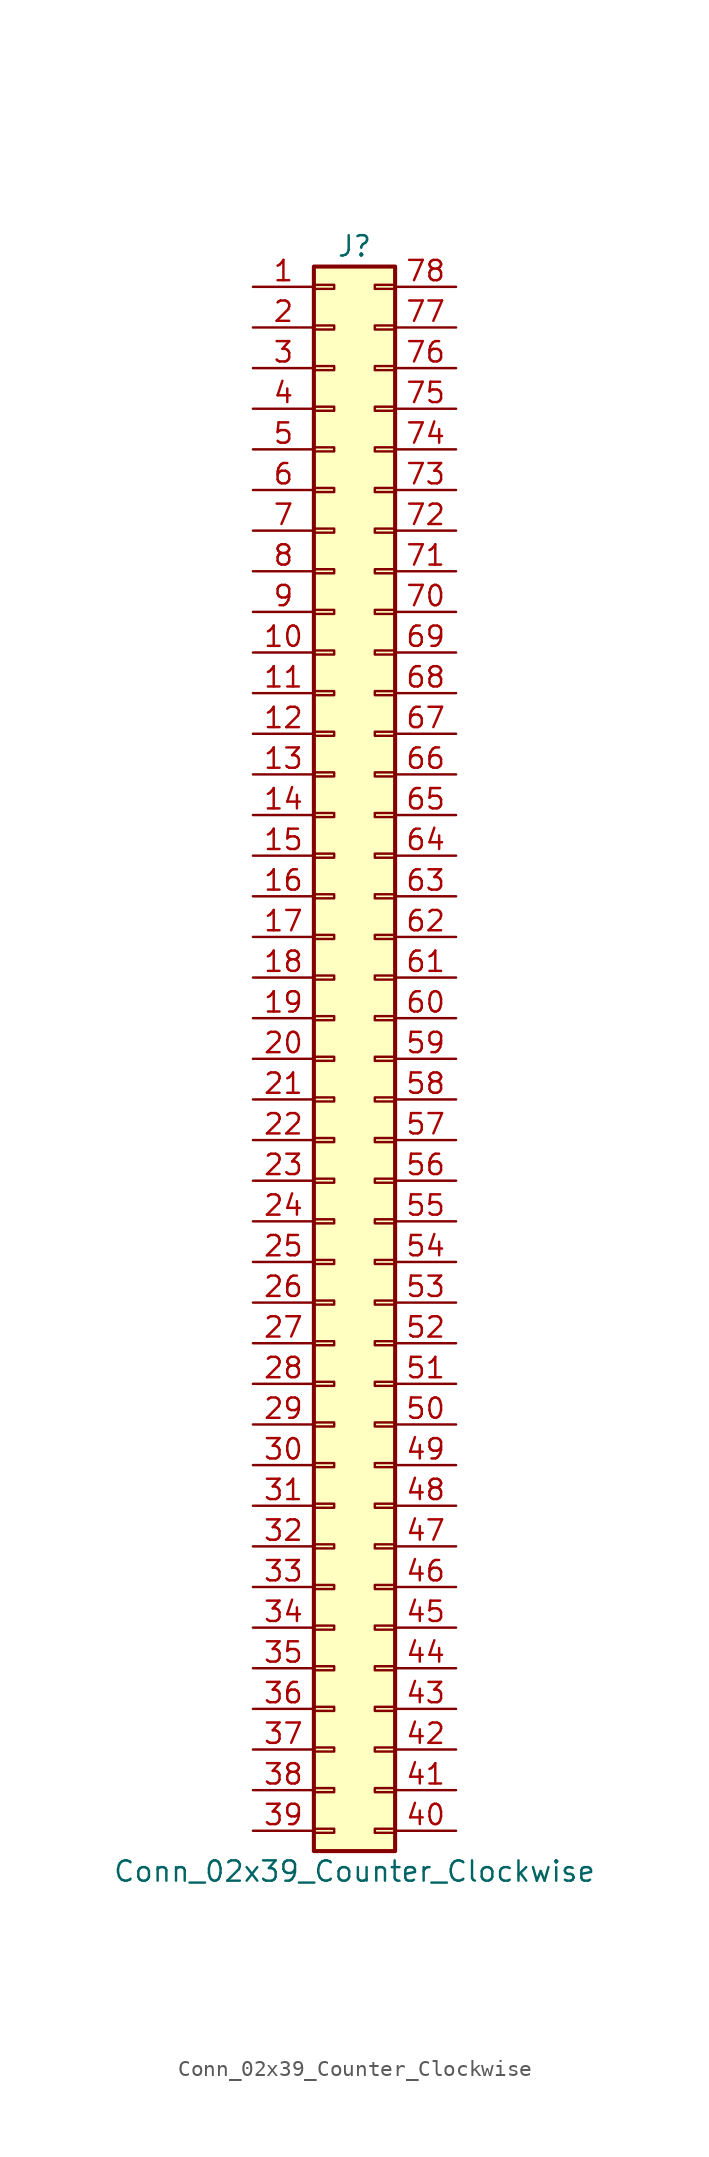
<source format=kicad_sym>
(kicad_symbol_lib
  (version 20201005)
  (generator kicad_symbol_editor)
  (symbol "Connector_Generic:Conn_02x39_Counter_Clockwise"
    (pin_names
      (offset 1.016) hide)
    (property "Reference" "J"
      (at 1.27 50.8 0)
      (effects (font (size 1.27 1.27))))
    (property "Value" "Conn_02x39_Counter_Clockwise"
      (at 1.27 -50.8 0)
      (effects (font (size 1.27 1.27))))
    (symbol "Conn_02x39_Counter_Clockwise_1_1"
      (rectangle (start -1.27 -27.813) (end 0 -28.067) (stroke (width 0.152)) (fill (type none)))
      (rectangle (start -1.27 -30.353) (end 0 -30.607) (stroke (width 0.152)) (fill (type none)))
      (rectangle (start -1.27 -32.893) (end 0 -33.147) (stroke (width 0.152)) (fill (type none)))
      (rectangle (start -1.27 -35.433) (end 0 -35.687) (stroke (width 0.152)) (fill (type none)))
      (rectangle (start -1.27 -37.973) (end 0 -38.227) (stroke (width 0.152)) (fill (type none)))
      (rectangle (start -1.27 -40.513) (end 0 -40.767) (stroke (width 0.152)) (fill (type none)))
      (rectangle (start -1.27 -43.053) (end 0 -43.307) (stroke (width 0.152)) (fill (type none)))
      (rectangle (start -1.27 -45.593) (end 0 -45.847) (stroke (width 0.152)) (fill (type none)))
      (rectangle (start -1.27 -48.133) (end 0 -48.387) (stroke (width 0.152)) (fill (type none)))
      (rectangle (start -1.27 -4.953) (end 0 -5.207) (stroke (width 0.152)) (fill (type none)))
      (rectangle (start -1.27 -7.493) (end 0 -7.747) (stroke (width 0.152)) (fill (type none)))
      (rectangle (start -1.27 -10.033) (end 0 -10.287) (stroke (width 0.152)) (fill (type none)))
      (rectangle (start -1.27 -12.573) (end 0 -12.827) (stroke (width 0.152)) (fill (type none)))
      (rectangle (start -1.27 -15.113) (end 0 -15.367) (stroke (width 0.152)) (fill (type none)))
      (rectangle (start -1.27 -17.653) (end 0 -17.907) (stroke (width 0.152)) (fill (type none)))
      (rectangle (start -1.27 -20.193) (end 0 -20.447) (stroke (width 0.152)) (fill (type none)))
      (rectangle (start -1.27 -22.733) (end 0 -22.987) (stroke (width 0.152)) (fill (type none)))
      (rectangle (start -1.27 -2.413) (end 0 -2.667) (stroke (width 0.152)) (fill (type none)))
      (rectangle (start -1.27 -25.273) (end 0 -25.527) (stroke (width 0.152)) (fill (type none)))
      (rectangle (start -1.27 25.527) (end 0 25.273) (stroke (width 0.152)) (fill (type none)))
      (rectangle (start -1.27 2.667) (end 0 2.413) (stroke (width 0.152)) (fill (type none)))
      (rectangle (start -1.27 28.067) (end 0 27.813) (stroke (width 0.152)) (fill (type none)))
      (rectangle (start -1.27 30.607) (end 0 30.353) (stroke (width 0.152)) (fill (type none)))
      (rectangle (start -1.27 33.147) (end 0 32.893) (stroke (width 0.152)) (fill (type none)))
      (rectangle (start -1.27 35.687) (end 0 35.433) (stroke (width 0.152)) (fill (type none)))
      (rectangle (start -1.27 38.227) (end 0 37.973) (stroke (width 0.152)) (fill (type none)))
      (rectangle (start -1.27 40.767) (end 0 40.513) (stroke (width 0.152)) (fill (type none)))
      (rectangle (start -1.27 43.307) (end 0 43.053) (stroke (width 0.152)) (fill (type none)))
      (rectangle (start -1.27 45.847) (end 0 45.593) (stroke (width 0.152)) (fill (type none)))
      (rectangle (start -1.27 48.387) (end 0 48.133) (stroke (width 0.152)) (fill (type none)))
      (rectangle (start -1.27 49.53) (end 3.81 -49.53) (stroke (width 0.254)) (fill (type background)))
      (rectangle (start -1.27 5.207) (end 0 4.953) (stroke (width 0.152)) (fill (type none)))
      (rectangle (start -1.27 7.747) (end 0 7.493) (stroke (width 0.152)) (fill (type none)))
      (rectangle (start -1.27 10.287) (end 0 10.033) (stroke (width 0.152)) (fill (type none)))
      (rectangle (start -1.27 0.127) (end 0 -0.127) (stroke (width 0.152)) (fill (type none)))
      (rectangle (start -1.27 12.827) (end 0 12.573) (stroke (width 0.152)) (fill (type none)))
      (rectangle (start -1.27 15.367) (end 0 15.113) (stroke (width 0.152)) (fill (type none)))
      (rectangle (start -1.27 17.907) (end 0 17.653) (stroke (width 0.152)) (fill (type none)))
      (rectangle (start -1.27 20.447) (end 0 20.193) (stroke (width 0.152)) (fill (type none)))
      (rectangle (start -1.27 22.987) (end 0 22.733) (stroke (width 0.152)) (fill (type none)))
      (rectangle (start 3.81 -27.813) (end 2.54 -28.067) (stroke (width 0.152)) (fill (type none)))
      (rectangle (start 3.81 -30.353) (end 2.54 -30.607) (stroke (width 0.152)) (fill (type none)))
      (rectangle (start 3.81 -32.893) (end 2.54 -33.147) (stroke (width 0.152)) (fill (type none)))
      (rectangle (start 3.81 -35.433) (end 2.54 -35.687) (stroke (width 0.152)) (fill (type none)))
      (rectangle (start 3.81 -37.973) (end 2.54 -38.227) (stroke (width 0.152)) (fill (type none)))
      (rectangle (start 3.81 -40.513) (end 2.54 -40.767) (stroke (width 0.152)) (fill (type none)))
      (rectangle (start 3.81 -43.053) (end 2.54 -43.307) (stroke (width 0.152)) (fill (type none)))
      (rectangle (start 3.81 -45.593) (end 2.54 -45.847) (stroke (width 0.152)) (fill (type none)))
      (rectangle (start 3.81 -48.133) (end 2.54 -48.387) (stroke (width 0.152)) (fill (type none)))
      (rectangle (start 3.81 -4.953) (end 2.54 -5.207) (stroke (width 0.152)) (fill (type none)))
      (rectangle (start 3.81 -7.493) (end 2.54 -7.747) (stroke (width 0.152)) (fill (type none)))
      (rectangle (start 3.81 -10.033) (end 2.54 -10.287) (stroke (width 0.152)) (fill (type none)))
      (rectangle (start 3.81 -12.573) (end 2.54 -12.827) (stroke (width 0.152)) (fill (type none)))
      (rectangle (start 3.81 -15.113) (end 2.54 -15.367) (stroke (width 0.152)) (fill (type none)))
      (rectangle (start 3.81 -17.653) (end 2.54 -17.907) (stroke (width 0.152)) (fill (type none)))
      (rectangle (start 3.81 -20.193) (end 2.54 -20.447) (stroke (width 0.152)) (fill (type none)))
      (rectangle (start 3.81 -22.733) (end 2.54 -22.987) (stroke (width 0.152)) (fill (type none)))
      (rectangle (start 3.81 -2.413) (end 2.54 -2.667) (stroke (width 0.152)) (fill (type none)))
      (rectangle (start 3.81 -25.273) (end 2.54 -25.527) (stroke (width 0.152)) (fill (type none)))
      (rectangle (start 3.81 25.527) (end 2.54 25.273) (stroke (width 0.152)) (fill (type none)))
      (rectangle (start 3.81 2.667) (end 2.54 2.413) (stroke (width 0.152)) (fill (type none)))
      (rectangle (start 3.81 28.067) (end 2.54 27.813) (stroke (width 0.152)) (fill (type none)))
      (rectangle (start 3.81 30.607) (end 2.54 30.353) (stroke (width 0.152)) (fill (type none)))
      (rectangle (start 3.81 33.147) (end 2.54 32.893) (stroke (width 0.152)) (fill (type none)))
      (rectangle (start 3.81 35.687) (end 2.54 35.433) (stroke (width 0.152)) (fill (type none)))
      (rectangle (start 3.81 38.227) (end 2.54 37.973) (stroke (width 0.152)) (fill (type none)))
      (rectangle (start 3.81 40.767) (end 2.54 40.513) (stroke (width 0.152)) (fill (type none)))
      (rectangle (start 3.81 43.307) (end 2.54 43.053) (stroke (width 0.152)) (fill (type none)))
      (rectangle (start 3.81 45.847) (end 2.54 45.593) (stroke (width 0.152)) (fill (type none)))
      (rectangle (start 3.81 48.387) (end 2.54 48.133) (stroke (width 0.152)) (fill (type none)))
      (rectangle (start 3.81 5.207) (end 2.54 4.953) (stroke (width 0.152)) (fill (type none)))
      (rectangle (start 3.81 7.747) (end 2.54 7.493) (stroke (width 0.152)) (fill (type none)))
      (rectangle (start 3.81 10.287) (end 2.54 10.033) (stroke (width 0.152)) (fill (type none)))
      (rectangle (start 3.81 0.127) (end 2.54 -0.127) (stroke (width 0.152)) (fill (type none)))
      (rectangle (start 3.81 12.827) (end 2.54 12.573) (stroke (width 0.152)) (fill (type none)))
      (rectangle (start 3.81 15.367) (end 2.54 15.113) (stroke (width 0.152)) (fill (type none)))
      (rectangle (start 3.81 17.907) (end 2.54 17.653) (stroke (width 0.152)) (fill (type none)))
      (rectangle (start 3.81 20.447) (end 2.54 20.193) (stroke (width 0.152)) (fill (type none)))
      (rectangle (start 3.81 22.987) (end 2.54 22.733) (stroke (width 0.152)) (fill (type none)))
      (pin passive line (at -5.08 48.26 0) (length 3.81) (name "Pin_1" (effects (font (size 1.27 1.27)))) (number "1" (effects (font (size 1.27 1.27)))))
      (pin passive line (at -5.08 25.4 0) (length 3.81) (name "Pin_10" (effects (font (size 1.27 1.27)))) (number "10" (effects (font (size 1.27 1.27)))))
      (pin passive line (at -5.08 22.86 0) (length 3.81) (name "Pin_11" (effects (font (size 1.27 1.27)))) (number "11" (effects (font (size 1.27 1.27)))))
      (pin passive line (at -5.08 20.32 0) (length 3.81) (name "Pin_12" (effects (font (size 1.27 1.27)))) (number "12" (effects (font (size 1.27 1.27)))))
      (pin passive line (at -5.08 17.78 0) (length 3.81) (name "Pin_13" (effects (font (size 1.27 1.27)))) (number "13" (effects (font (size 1.27 1.27)))))
      (pin passive line (at -5.08 15.24 0) (length 3.81) (name "Pin_14" (effects (font (size 1.27 1.27)))) (number "14" (effects (font (size 1.27 1.27)))))
      (pin passive line (at -5.08 12.7 0) (length 3.81) (name "Pin_15" (effects (font (size 1.27 1.27)))) (number "15" (effects (font (size 1.27 1.27)))))
      (pin passive line (at -5.08 10.16 0) (length 3.81) (name "Pin_16" (effects (font (size 1.27 1.27)))) (number "16" (effects (font (size 1.27 1.27)))))
      (pin passive line (at -5.08 7.62 0) (length 3.81) (name "Pin_17" (effects (font (size 1.27 1.27)))) (number "17" (effects (font (size 1.27 1.27)))))
      (pin passive line (at -5.08 5.08 0) (length 3.81) (name "Pin_18" (effects (font (size 1.27 1.27)))) (number "18" (effects (font (size 1.27 1.27)))))
      (pin passive line (at -5.08 2.54 0) (length 3.81) (name "Pin_19" (effects (font (size 1.27 1.27)))) (number "19" (effects (font (size 1.27 1.27)))))
      (pin passive line (at -5.08 45.72 0) (length 3.81) (name "Pin_2" (effects (font (size 1.27 1.27)))) (number "2" (effects (font (size 1.27 1.27)))))
      (pin passive line (at -5.08 0 0) (length 3.81) (name "Pin_20" (effects (font (size 1.27 1.27)))) (number "20" (effects (font (size 1.27 1.27)))))
      (pin passive line (at -5.08 -2.54 0) (length 3.81) (name "Pin_21" (effects (font (size 1.27 1.27)))) (number "21" (effects (font (size 1.27 1.27)))))
      (pin passive line (at -5.08 -5.08 0) (length 3.81) (name "Pin_22" (effects (font (size 1.27 1.27)))) (number "22" (effects (font (size 1.27 1.27)))))
      (pin passive line (at -5.08 -7.62 0) (length 3.81) (name "Pin_23" (effects (font (size 1.27 1.27)))) (number "23" (effects (font (size 1.27 1.27)))))
      (pin passive line (at -5.08 -10.16 0) (length 3.81) (name "Pin_24" (effects (font (size 1.27 1.27)))) (number "24" (effects (font (size 1.27 1.27)))))
      (pin passive line (at -5.08 -12.7 0) (length 3.81) (name "Pin_25" (effects (font (size 1.27 1.27)))) (number "25" (effects (font (size 1.27 1.27)))))
      (pin passive line (at -5.08 -15.24 0) (length 3.81) (name "Pin_26" (effects (font (size 1.27 1.27)))) (number "26" (effects (font (size 1.27 1.27)))))
      (pin passive line (at -5.08 -17.78 0) (length 3.81) (name "Pin_27" (effects (font (size 1.27 1.27)))) (number "27" (effects (font (size 1.27 1.27)))))
      (pin passive line (at -5.08 -20.32 0) (length 3.81) (name "Pin_28" (effects (font (size 1.27 1.27)))) (number "28" (effects (font (size 1.27 1.27)))))
      (pin passive line (at -5.08 -22.86 0) (length 3.81) (name "Pin_29" (effects (font (size 1.27 1.27)))) (number "29" (effects (font (size 1.27 1.27)))))
      (pin passive line (at -5.08 43.18 0) (length 3.81) (name "Pin_3" (effects (font (size 1.27 1.27)))) (number "3" (effects (font (size 1.27 1.27)))))
      (pin passive line (at -5.08 -25.4 0) (length 3.81) (name "Pin_30" (effects (font (size 1.27 1.27)))) (number "30" (effects (font (size 1.27 1.27)))))
      (pin passive line (at -5.08 -27.94 0) (length 3.81) (name "Pin_31" (effects (font (size 1.27 1.27)))) (number "31" (effects (font (size 1.27 1.27)))))
      (pin passive line (at -5.08 -30.48 0) (length 3.81) (name "Pin_32" (effects (font (size 1.27 1.27)))) (number "32" (effects (font (size 1.27 1.27)))))
      (pin passive line (at -5.08 -33.02 0) (length 3.81) (name "Pin_33" (effects (font (size 1.27 1.27)))) (number "33" (effects (font (size 1.27 1.27)))))
      (pin passive line (at -5.08 -35.56 0) (length 3.81) (name "Pin_34" (effects (font (size 1.27 1.27)))) (number "34" (effects (font (size 1.27 1.27)))))
      (pin passive line (at -5.08 -38.1 0) (length 3.81) (name "Pin_35" (effects (font (size 1.27 1.27)))) (number "35" (effects (font (size 1.27 1.27)))))
      (pin passive line (at -5.08 -40.64 0) (length 3.81) (name "Pin_36" (effects (font (size 1.27 1.27)))) (number "36" (effects (font (size 1.27 1.27)))))
      (pin passive line (at -5.08 -43.18 0) (length 3.81) (name "Pin_37" (effects (font (size 1.27 1.27)))) (number "37" (effects (font (size 1.27 1.27)))))
      (pin passive line (at -5.08 -45.72 0) (length 3.81) (name "Pin_38" (effects (font (size 1.27 1.27)))) (number "38" (effects (font (size 1.27 1.27)))))
      (pin passive line (at -5.08 -48.26 0) (length 3.81) (name "Pin_39" (effects (font (size 1.27 1.27)))) (number "39" (effects (font (size 1.27 1.27)))))
      (pin passive line (at -5.08 40.64 0) (length 3.81) (name "Pin_4" (effects (font (size 1.27 1.27)))) (number "4" (effects (font (size 1.27 1.27)))))
      (pin passive line (at 7.62 -48.26 180) (length 3.81) (name "Pin_40" (effects (font (size 1.27 1.27)))) (number "40" (effects (font (size 1.27 1.27)))))
      (pin passive line (at 7.62 -45.72 180) (length 3.81) (name "Pin_41" (effects (font (size 1.27 1.27)))) (number "41" (effects (font (size 1.27 1.27)))))
      (pin passive line (at 7.62 -43.18 180) (length 3.81) (name "Pin_42" (effects (font (size 1.27 1.27)))) (number "42" (effects (font (size 1.27 1.27)))))
      (pin passive line (at 7.62 -40.64 180) (length 3.81) (name "Pin_43" (effects (font (size 1.27 1.27)))) (number "43" (effects (font (size 1.27 1.27)))))
      (pin passive line (at 7.62 -38.1 180) (length 3.81) (name "Pin_44" (effects (font (size 1.27 1.27)))) (number "44" (effects (font (size 1.27 1.27)))))
      (pin passive line (at 7.62 -35.56 180) (length 3.81) (name "Pin_45" (effects (font (size 1.27 1.27)))) (number "45" (effects (font (size 1.27 1.27)))))
      (pin passive line (at 7.62 -33.02 180) (length 3.81) (name "Pin_46" (effects (font (size 1.27 1.27)))) (number "46" (effects (font (size 1.27 1.27)))))
      (pin passive line (at 7.62 -30.48 180) (length 3.81) (name "Pin_47" (effects (font (size 1.27 1.27)))) (number "47" (effects (font (size 1.27 1.27)))))
      (pin passive line (at 7.62 -27.94 180) (length 3.81) (name "Pin_48" (effects (font (size 1.27 1.27)))) (number "48" (effects (font (size 1.27 1.27)))))
      (pin passive line (at 7.62 -25.4 180) (length 3.81) (name "Pin_49" (effects (font (size 1.27 1.27)))) (number "49" (effects (font (size 1.27 1.27)))))
      (pin passive line (at -5.08 38.1 0) (length 3.81) (name "Pin_5" (effects (font (size 1.27 1.27)))) (number "5" (effects (font (size 1.27 1.27)))))
      (pin passive line (at 7.62 -22.86 180) (length 3.81) (name "Pin_50" (effects (font (size 1.27 1.27)))) (number "50" (effects (font (size 1.27 1.27)))))
      (pin passive line (at 7.62 -20.32 180) (length 3.81) (name "Pin_51" (effects (font (size 1.27 1.27)))) (number "51" (effects (font (size 1.27 1.27)))))
      (pin passive line (at 7.62 -17.78 180) (length 3.81) (name "Pin_52" (effects (font (size 1.27 1.27)))) (number "52" (effects (font (size 1.27 1.27)))))
      (pin passive line (at 7.62 -15.24 180) (length 3.81) (name "Pin_53" (effects (font (size 1.27 1.27)))) (number "53" (effects (font (size 1.27 1.27)))))
      (pin passive line (at 7.62 -12.7 180) (length 3.81) (name "Pin_54" (effects (font (size 1.27 1.27)))) (number "54" (effects (font (size 1.27 1.27)))))
      (pin passive line (at 7.62 -10.16 180) (length 3.81) (name "Pin_55" (effects (font (size 1.27 1.27)))) (number "55" (effects (font (size 1.27 1.27)))))
      (pin passive line (at 7.62 -7.62 180) (length 3.81) (name "Pin_56" (effects (font (size 1.27 1.27)))) (number "56" (effects (font (size 1.27 1.27)))))
      (pin passive line (at 7.62 -5.08 180) (length 3.81) (name "Pin_57" (effects (font (size 1.27 1.27)))) (number "57" (effects (font (size 1.27 1.27)))))
      (pin passive line (at 7.62 -2.54 180) (length 3.81) (name "Pin_58" (effects (font (size 1.27 1.27)))) (number "58" (effects (font (size 1.27 1.27)))))
      (pin passive line (at 7.62 0 180) (length 3.81) (name "Pin_59" (effects (font (size 1.27 1.27)))) (number "59" (effects (font (size 1.27 1.27)))))
      (pin passive line (at -5.08 35.56 0) (length 3.81) (name "Pin_6" (effects (font (size 1.27 1.27)))) (number "6" (effects (font (size 1.27 1.27)))))
      (pin passive line (at 7.62 2.54 180) (length 3.81) (name "Pin_60" (effects (font (size 1.27 1.27)))) (number "60" (effects (font (size 1.27 1.27)))))
      (pin passive line (at 7.62 5.08 180) (length 3.81) (name "Pin_61" (effects (font (size 1.27 1.27)))) (number "61" (effects (font (size 1.27 1.27)))))
      (pin passive line (at 7.62 7.62 180) (length 3.81) (name "Pin_62" (effects (font (size 1.27 1.27)))) (number "62" (effects (font (size 1.27 1.27)))))
      (pin passive line (at 7.62 10.16 180) (length 3.81) (name "Pin_63" (effects (font (size 1.27 1.27)))) (number "63" (effects (font (size 1.27 1.27)))))
      (pin passive line (at 7.62 12.7 180) (length 3.81) (name "Pin_64" (effects (font (size 1.27 1.27)))) (number "64" (effects (font (size 1.27 1.27)))))
      (pin passive line (at 7.62 15.24 180) (length 3.81) (name "Pin_65" (effects (font (size 1.27 1.27)))) (number "65" (effects (font (size 1.27 1.27)))))
      (pin passive line (at 7.62 17.78 180) (length 3.81) (name "Pin_66" (effects (font (size 1.27 1.27)))) (number "66" (effects (font (size 1.27 1.27)))))
      (pin passive line (at 7.62 20.32 180) (length 3.81) (name "Pin_67" (effects (font (size 1.27 1.27)))) (number "67" (effects (font (size 1.27 1.27)))))
      (pin passive line (at 7.62 22.86 180) (length 3.81) (name "Pin_68" (effects (font (size 1.27 1.27)))) (number "68" (effects (font (size 1.27 1.27)))))
      (pin passive line (at 7.62 25.4 180) (length 3.81) (name "Pin_69" (effects (font (size 1.27 1.27)))) (number "69" (effects (font (size 1.27 1.27)))))
      (pin passive line (at -5.08 33.02 0) (length 3.81) (name "Pin_7" (effects (font (size 1.27 1.27)))) (number "7" (effects (font (size 1.27 1.27)))))
      (pin passive line (at 7.62 27.94 180) (length 3.81) (name "Pin_70" (effects (font (size 1.27 1.27)))) (number "70" (effects (font (size 1.27 1.27)))))
      (pin passive line (at 7.62 30.48 180) (length 3.81) (name "Pin_71" (effects (font (size 1.27 1.27)))) (number "71" (effects (font (size 1.27 1.27)))))
      (pin passive line (at 7.62 33.02 180) (length 3.81) (name "Pin_72" (effects (font (size 1.27 1.27)))) (number "72" (effects (font (size 1.27 1.27)))))
      (pin passive line (at 7.62 35.56 180) (length 3.81) (name "Pin_73" (effects (font (size 1.27 1.27)))) (number "73" (effects (font (size 1.27 1.27)))))
      (pin passive line (at 7.62 38.1 180) (length 3.81) (name "Pin_74" (effects (font (size 1.27 1.27)))) (number "74" (effects (font (size 1.27 1.27)))))
      (pin passive line (at 7.62 40.64 180) (length 3.81) (name "Pin_75" (effects (font (size 1.27 1.27)))) (number "75" (effects (font (size 1.27 1.27)))))
      (pin passive line (at 7.62 43.18 180) (length 3.81) (name "Pin_76" (effects (font (size 1.27 1.27)))) (number "76" (effects (font (size 1.27 1.27)))))
      (pin passive line (at 7.62 45.72 180) (length 3.81) (name "Pin_77" (effects (font (size 1.27 1.27)))) (number "77" (effects (font (size 1.27 1.27)))))
      (pin passive line (at 7.62 48.26 180) (length 3.81) (name "Pin_78" (effects (font (size 1.27 1.27)))) (number "78" (effects (font (size 1.27 1.27)))))
      (pin passive line (at -5.08 30.48 0) (length 3.81) (name "Pin_8" (effects (font (size 1.27 1.27)))) (number "8" (effects (font (size 1.27 1.27)))))
      (pin passive line (at -5.08 27.94 0) (length 3.81) (name "Pin_9" (effects (font (size 1.27 1.27)))) (number "9" (effects (font (size 1.27 1.27))))))))
</source>
